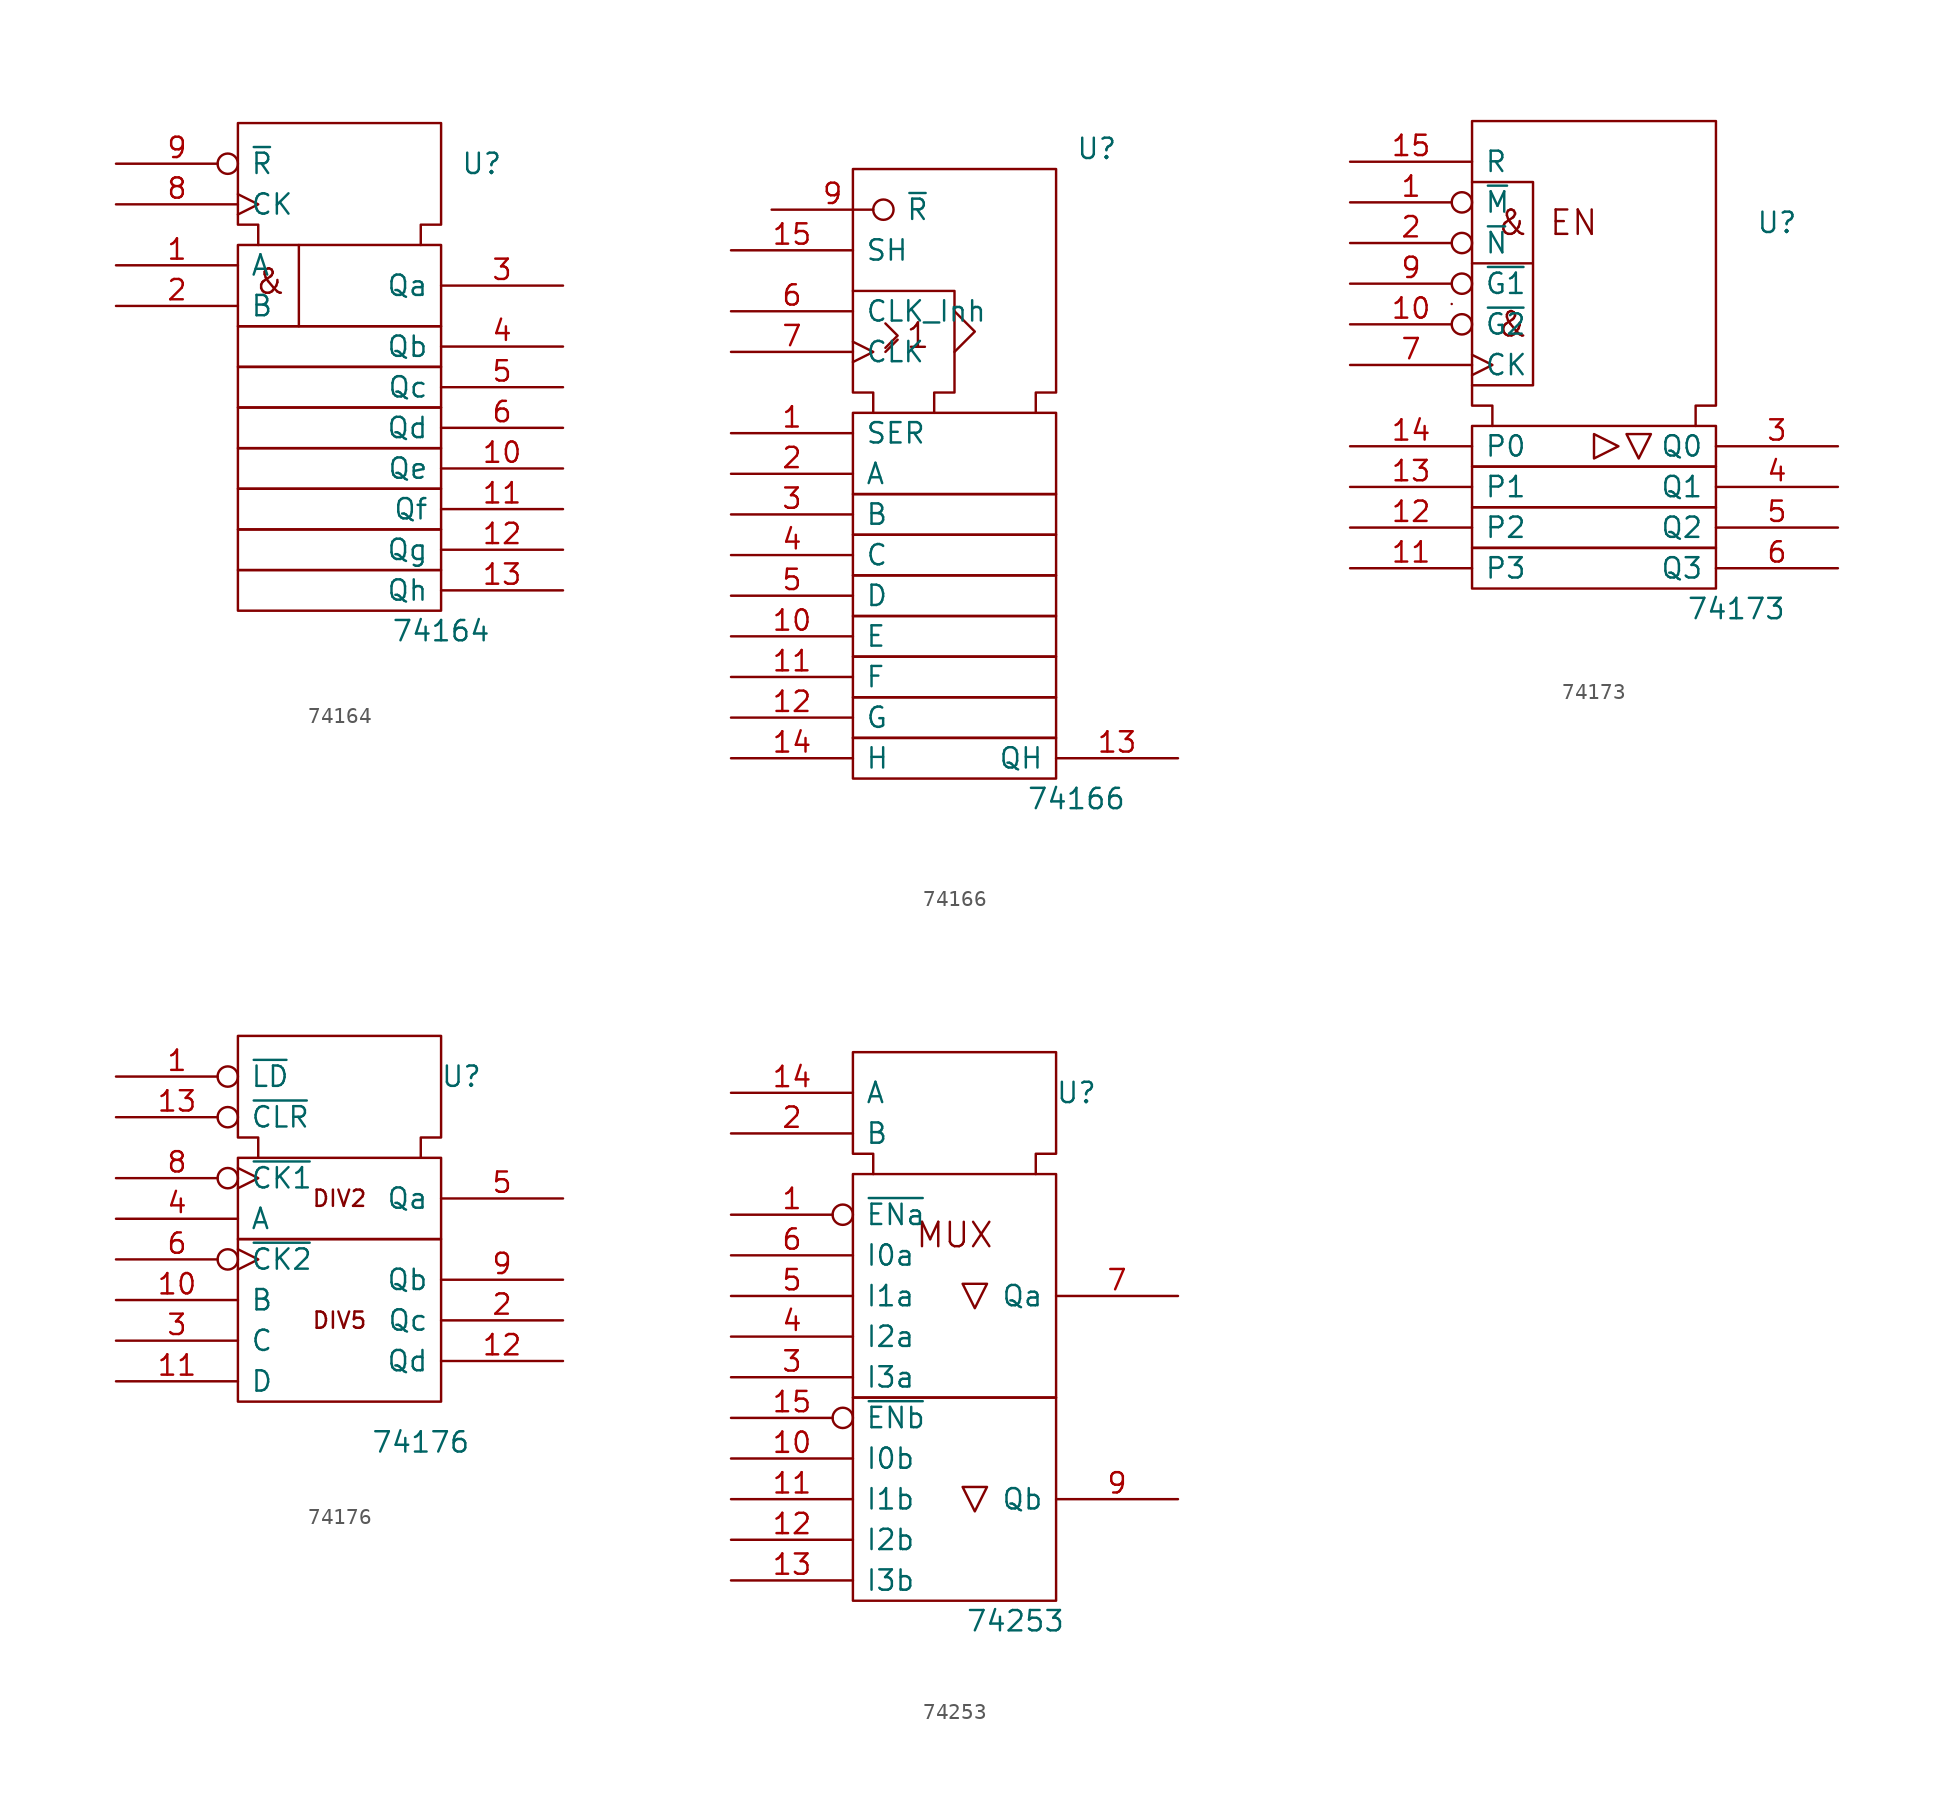
<source format=kicad_sym>
(kicad_symbol_lib
  (version 20231120)
  (generator "kicad_symbol_editor")
  (generator_version "8.0")
  (symbol "74164"
    (pin_names
      (offset 0.762))
    (property "Reference" "U"
      (at 8.89 6.35 0)
      (effects (font (size 1.27 1.27))))
    (property "Value" "74164"
      (at 6.35 -22.86 0)
      (effects (font (size 1.27 1.27))))
    (symbol "74164_0_0"
      (text "&" (at -4.318 -1.016 0) (effects (font (size 1.524 1.524)))))
    (symbol "74164_0_1"
      (rectangle (start -6.35 -19.05) (end 6.35 -21.59) (stroke (width 0) (type default)) (fill (type none)))
      (rectangle (start -6.35 -16.51) (end 6.35 -19.05) (stroke (width 0) (type default)) (fill (type none)))
      (rectangle (start -6.35 -13.97) (end 6.35 -16.51) (stroke (width 0) (type default)) (fill (type none)))
      (rectangle (start -6.35 -11.43) (end 6.35 -13.97) (stroke (width 0) (type default)) (fill (type none)))
      (rectangle (start -6.35 -8.89) (end 6.35 -11.43) (stroke (width 0) (type default)) (fill (type none)))
      (rectangle (start -6.35 -6.35) (end 6.35 -8.89) (stroke (width 0) (type default)) (fill (type none)))
      (rectangle (start -6.35 -3.81) (end 6.35 -6.35) (stroke (width 0) (type default)) (fill (type none)))
      (rectangle (start -6.35 1.27) (end 6.35 -3.81) (stroke (width 0) (type default)) (fill (type none)))
      (polyline (pts (xy -2.54 1.27) (xy -2.54 -3.81) (xy -2.54 -3.81)) (stroke (width 0) (type default)) (fill (type none)))
      (polyline (pts (xy -5.08 1.27) (xy -5.08 2.54) (xy -6.35 2.54) (xy -6.35 8.89) (xy 6.35 8.89) (xy 6.35 2.54) (xy 5.08 2.54) (xy 5.08 1.27) (xy 5.08 1.27)) (stroke (width 0) (type default)) (fill (type none))))
    (symbol "74164_1_1"
      (pin input line (at -13.97 0 0) (length 7.62) (name "A" (effects (font (size 1.27 1.27)))) (number "1" (effects (font (size 1.27 1.27)))))
      (pin output line (at 13.97 -12.7 180) (length 7.62) (name "Qe" (effects (font (size 1.27 1.27)))) (number "10" (effects (font (size 1.27 1.27)))))
      (pin output line (at 13.97 -15.24 180) (length 7.62) (name "Qf" (effects (font (size 1.27 1.27)))) (number "11" (effects (font (size 1.27 1.27)))))
      (pin output line (at 13.97 -17.78 180) (length 7.62) (name "Qg" (effects (font (size 1.27 1.27)))) (number "12" (effects (font (size 1.27 1.27)))))
      (pin output line (at 13.97 -20.32 180) (length 7.62) (name "Qh" (effects (font (size 1.27 1.27)))) (number "13" (effects (font (size 1.27 1.27)))))
      (pin power_in line (at 5.08 8.89 270) (length 0) hide (name "Vdd" (effects (font (size 1.27 1.27)))) (number "14" (effects (font (size 1.27 1.27)))))
      (pin input line (at -13.97 -2.54 0) (length 7.62) (name "B" (effects (font (size 1.27 1.27)))) (number "2" (effects (font (size 1.27 1.27)))))
      (pin output line (at 13.97 -1.27 180) (length 7.62) (name "Qa" (effects (font (size 1.27 1.27)))) (number "3" (effects (font (size 1.27 1.27)))))
      (pin output line (at 13.97 -5.08 180) (length 7.62) (name "Qb" (effects (font (size 1.27 1.27)))) (number "4" (effects (font (size 1.27 1.27)))))
      (pin output line (at 13.97 -7.62 180) (length 7.62) (name "Qc" (effects (font (size 1.27 1.27)))) (number "5" (effects (font (size 1.27 1.27)))))
      (pin output line (at 13.97 -10.16 180) (length 7.62) (name "Qd" (effects (font (size 1.27 1.27)))) (number "6" (effects (font (size 1.27 1.27)))))
      (pin power_in line (at 0 8.89 270) (length 0) hide (name "Vss" (effects (font (size 1.27 1.27)))) (number "7" (effects (font (size 1.27 1.27)))))
      (pin input clock (at -13.97 3.81 0) (length 7.62) (name "CK" (effects (font (size 1.27 1.27)))) (number "8" (effects (font (size 1.27 1.27)))))
      (pin input inverted (at -13.97 6.35 0) (length 7.62) (name "~{R}" (effects (font (size 1.27 1.27)))) (number "9" (effects (font (size 1.27 1.27)))))))
  (symbol "74166"
    (pin_names
      (offset 0.762))
    (property "Reference" "U"
      (at 8.89 17.78 0)
      (effects (font (size 1.27 1.27))))
    (property "Value" "74166"
      (at 7.62 -22.86 0)
      (effects (font (size 1.27 1.27))))
    (symbol "74166_0_0"
      (rectangle (start -6.35 -19.05) (end -6.35 -19.05) (stroke (width 0) (type default)) (fill (type none)))
      (rectangle (start -6.35 -19.05) (end 6.35 -21.59) (stroke (width 0) (type default)) (fill (type none)))
      (rectangle (start -6.35 -16.51) (end 6.35 -19.05) (stroke (width 0) (type default)) (fill (type none)))
      (rectangle (start -6.35 -13.97) (end 6.35 -16.51) (stroke (width 0) (type default)) (fill (type none)))
      (rectangle (start -6.35 -11.43) (end 6.35 -13.97) (stroke (width 0) (type default)) (fill (type none)))
      (rectangle (start -6.35 -8.89) (end 6.35 -11.43) (stroke (width 0) (type default)) (fill (type none)))
      (rectangle (start -6.35 -6.35) (end 6.35 -8.89) (stroke (width 0) (type default)) (fill (type none)))
      (rectangle (start -6.35 -3.81) (end 6.35 -6.35) (stroke (width 0) (type default)) (fill (type none)))
      (rectangle (start -6.35 1.27) (end 6.35 -3.81) (stroke (width 0) (type default)) (fill (type none)))
      (polyline (pts (xy -4.318 5.08) (xy -3.556 5.842) (xy -3.556 5.842)) (stroke (width 0) (type default)) (fill (type none)))
      (polyline (pts (xy -4.318 6.858) (xy -3.556 6.096) (xy -4.318 5.334) (xy -4.318 5.334)) (stroke (width 0) (type default)) (fill (type none)))
      (polyline (pts (xy 0 7.62) (xy 1.27 6.35) (xy 0 5.08) (xy 0 5.08)) (stroke (width 0) (type default)) (fill (type none)))
      (polyline (pts (xy -6.35 8.89) (xy 0 8.89) (xy 0 2.54) (xy -1.27 2.54) (xy -1.27 1.27) (xy -1.27 1.27)) (stroke (width 0) (type default)) (fill (type none)))
      (polyline (pts (xy -5.08 1.27) (xy -5.08 2.54) (xy -6.35 2.54) (xy -6.35 16.51) (xy 6.35 16.51) (xy 6.35 2.54) (xy 5.08 2.54) (xy 5.08 1.27) (xy 5.08 1.27)) (stroke (width 0) (type default)) (fill (type none)))
      (text "1" (at -2.286 6.096 0) (effects (font (size 1.524 1.524)))))
    (symbol "74166_0_1"
      (pin power_in line (at 1.27 16.51 270) (length 0) hide (name "GND" (effects (font (size 1.27 1.27)))) (number "8" (effects (font (size 1.27 1.27))))))
    (symbol "74166_1_1"
      (pin input line (at -13.97 0 0) (length 7.62) (name "SER" (effects (font (size 1.27 1.27)))) (number "1" (effects (font (size 1.27 1.27)))))
      (pin input line (at -13.97 -12.7 0) (length 7.62) (name "E" (effects (font (size 1.27 1.27)))) (number "10" (effects (font (size 1.27 1.27)))))
      (pin input line (at -13.97 -15.24 0) (length 7.62) (name "F" (effects (font (size 1.27 1.27)))) (number "11" (effects (font (size 1.27 1.27)))))
      (pin input line (at -13.97 -17.78 0) (length 7.62) (name "G" (effects (font (size 1.27 1.27)))) (number "12" (effects (font (size 1.27 1.27)))))
      (pin tri_state line (at 13.97 -20.32 180) (length 7.62) (name "QH" (effects (font (size 1.27 1.27)))) (number "13" (effects (font (size 1.27 1.27)))))
      (pin input line (at -13.97 -20.32 0) (length 7.62) (name "H" (effects (font (size 1.27 1.27)))) (number "14" (effects (font (size 1.27 1.27)))))
      (pin input line (at -13.97 11.43 0) (length 7.62) (name "SH" (effects (font (size 1.27 1.27)))) (number "15" (effects (font (size 1.27 1.27)))))
      (pin power_in line (at 5.08 16.51 270) (length 0) hide (name "VCC" (effects (font (size 1.27 1.27)))) (number "16" (effects (font (size 1.27 1.27)))))
      (pin input line (at -13.97 -2.54 0) (length 7.62) (name "A" (effects (font (size 1.27 1.27)))) (number "2" (effects (font (size 1.27 1.27)))))
      (pin input line (at -13.97 -5.08 0) (length 7.62) (name "B" (effects (font (size 1.27 1.27)))) (number "3" (effects (font (size 1.27 1.27)))))
      (pin input line (at -13.97 -7.62 0) (length 7.62) (name "C" (effects (font (size 1.27 1.27)))) (number "4" (effects (font (size 1.27 1.27)))))
      (pin input line (at -13.97 -10.16 0) (length 7.62) (name "D" (effects (font (size 1.27 1.27)))) (number "5" (effects (font (size 1.27 1.27)))))
      (pin input line (at -13.97 7.62 0) (length 7.62) (name "CLK_Inh" (effects (font (size 1.27 1.27)))) (number "6" (effects (font (size 1.27 1.27)))))
      (pin input clock (at -13.97 5.08 0) (length 7.62) (name "CLK" (effects (font (size 1.27 1.27)))) (number "7" (effects (font (size 1.27 1.27)))))
      (pin input inverted (at -11.43 13.97 0) (length 7.62) (name "~{R}" (effects (font (size 1.27 1.27)))) (number "9" (effects (font (size 1.27 1.27)))))))
  (symbol "74173"
    (pin_names
      (offset 0.762))
    (property "Reference" "U"
      (at 11.43 7.62 0)
      (effects (font (size 1.27 1.27))))
    (property "Value" "74173"
      (at 8.89 -16.51 0)
      (effects (font (size 1.27 1.27))))
    (symbol "74173_0_0"
      (polyline (pts (xy -8.89 2.54) (xy -8.89 2.54)) (stroke (width 0) (type default)) (fill (type none)))
      (polyline (pts (xy 0 -5.588) (xy 0 -7.112) (xy 1.524 -6.35) (xy 0 -5.588) (xy 0 -5.588)) (stroke (width 0) (type default)) (fill (type none)))
      (polyline (pts (xy 3.556 -5.588) (xy 2.032 -5.588) (xy 2.794 -7.112) (xy 3.556 -5.588) (xy 3.556 -5.588)) (stroke (width 0) (type default)) (fill (type none)))
      (polyline (pts (xy -7.62 10.16) (xy -3.81 10.16) (xy -3.81 5.08) (xy -7.62 5.08) (xy -3.81 5.08) (xy -3.81 -2.54) (xy -7.62 -2.54) (xy -7.62 -2.54)) (stroke (width 0) (type default)) (fill (type none)))
      (text "&" (at -5.08 1.27 0) (effects (font (size 1.524 1.524))))
      (text "&" (at -5.08 7.62 0) (effects (font (size 1.524 1.524))))
      (text "EN" (at -1.27 7.62 0) (effects (font (size 1.524 1.524))))
      (pin power_in line (at 5.08 13.97 270) (length 0) hide (name "VCC" (effects (font (size 1.27 1.27)))) (number "16" (effects (font (size 1.27 1.27)))))
      (pin power_in line (at 0 13.97 270) (length 0) hide (name "GND" (effects (font (size 1.27 1.27)))) (number "8" (effects (font (size 1.27 1.27))))))
    (symbol "74173_0_1"
      (rectangle (start -7.62 -12.7) (end 7.62 -15.24) (stroke (width 0) (type default)) (fill (type none)))
      (rectangle (start -7.62 -10.16) (end 7.62 -12.7) (stroke (width 0) (type default)) (fill (type none)))
      (rectangle (start -7.62 -7.62) (end 7.62 -10.16) (stroke (width 0) (type default)) (fill (type none)))
      (rectangle (start -7.62 -5.08) (end 7.62 -7.62) (stroke (width 0) (type default)) (fill (type none)))
      (polyline (pts (xy -6.35 -5.08) (xy -6.35 -3.81) (xy -7.62 -3.81) (xy -7.62 13.97) (xy 7.62 13.97) (xy 7.62 -3.81) (xy 6.35 -3.81) (xy 6.35 -5.08) (xy 6.35 -5.08)) (stroke (width 0) (type default)) (fill (type none))))
    (symbol "74173_1_1"
      (pin input inverted (at -15.24 8.89 0) (length 7.62) (name "~{M}" (effects (font (size 1.27 1.27)))) (number "1" (effects (font (size 1.27 1.27)))))
      (pin input inverted (at -15.24 1.27 0) (length 7.62) (name "~{G2}" (effects (font (size 1.27 1.27)))) (number "10" (effects (font (size 1.27 1.27)))))
      (pin input line (at -15.24 -13.97 0) (length 7.62) (name "P3" (effects (font (size 1.27 1.27)))) (number "11" (effects (font (size 1.27 1.27)))))
      (pin input line (at -15.24 -11.43 0) (length 7.62) (name "P2" (effects (font (size 1.27 1.27)))) (number "12" (effects (font (size 1.27 1.27)))))
      (pin input line (at -15.24 -8.89 0) (length 7.62) (name "P1" (effects (font (size 1.27 1.27)))) (number "13" (effects (font (size 1.27 1.27)))))
      (pin input line (at -15.24 -6.35 0) (length 7.62) (name "P0" (effects (font (size 1.27 1.27)))) (number "14" (effects (font (size 1.27 1.27)))))
      (pin input line (at -15.24 11.43 0) (length 7.62) (name "R" (effects (font (size 1.27 1.27)))) (number "15" (effects (font (size 1.27 1.27)))))
      (pin input inverted (at -15.24 6.35 0) (length 7.62) (name "~{N}" (effects (font (size 1.27 1.27)))) (number "2" (effects (font (size 1.27 1.27)))))
      (pin output line (at 15.24 -6.35 180) (length 7.62) (name "Q0" (effects (font (size 1.27 1.27)))) (number "3" (effects (font (size 1.27 1.27)))))
      (pin output line (at 15.24 -8.89 180) (length 7.62) (name "Q1" (effects (font (size 1.27 1.27)))) (number "4" (effects (font (size 1.27 1.27)))))
      (pin output line (at 15.24 -11.43 180) (length 7.62) (name "Q2" (effects (font (size 1.27 1.27)))) (number "5" (effects (font (size 1.27 1.27)))))
      (pin output line (at 15.24 -13.97 180) (length 7.62) (name "Q3" (effects (font (size 1.27 1.27)))) (number "6" (effects (font (size 1.27 1.27)))))
      (pin input clock (at -15.24 -1.27 0) (length 7.62) (name "CK" (effects (font (size 1.27 1.27)))) (number "7" (effects (font (size 1.27 1.27)))))
      (pin input inverted (at -15.24 3.81 0) (length 7.62) (name "~{G1}" (effects (font (size 1.27 1.27)))) (number "9" (effects (font (size 1.27 1.27)))))))
  (symbol "74176"
    (pin_names
      (offset 0.762))
    (property "Reference" "U"
      (at 7.62 6.35 0)
      (effects (font (size 1.27 1.27))))
    (property "Value" "74176"
      (at 5.08 -16.51 0)
      (effects (font (size 1.27 1.27))))
    (symbol "74176_0_0"
      (polyline (pts (xy -5.08 1.27) (xy -5.08 2.54) (xy -6.35 2.54) (xy -6.35 8.89) (xy 6.35 8.89) (xy 6.35 2.54) (xy 5.08 2.54) (xy 5.08 1.27) (xy 5.08 1.27)) (stroke (width 0) (type default)) (fill (type none)))
      (text "DIV2" (at 0 -1.27 0) (effects (font (size 1.016 1.016))))
      (text "DIV5" (at 0 -8.89 0) (effects (font (size 1.016 1.016)))))
    (symbol "74176_0_1"
      (rectangle (start -6.35 -3.81) (end 6.35 -13.97) (stroke (width 0) (type default)) (fill (type none)))
      (rectangle (start -6.35 1.27) (end 6.35 -3.81) (stroke (width 0) (type default)) (fill (type none)))
      (pin power_in line (at 3.81 8.89 270) (length 0) hide (name "Vcc" (effects (font (size 1.27 1.27)))) (number "14" (effects (font (size 1.27 1.27)))))
      (pin power_in line (at 0 8.89 270) (length 0) hide (name "Gnd" (effects (font (size 1.27 1.27)))) (number "7" (effects (font (size 1.27 1.27))))))
    (symbol "74176_1_1"
      (pin input inverted (at -13.97 6.35 0) (length 7.62) (name "~{LD}" (effects (font (size 1.27 1.27)))) (number "1" (effects (font (size 1.27 1.27)))))
      (pin input line (at -13.97 -7.62 0) (length 7.62) (name "B" (effects (font (size 1.27 1.27)))) (number "10" (effects (font (size 1.27 1.27)))))
      (pin input line (at -13.97 -12.7 0) (length 7.62) (name "D" (effects (font (size 1.27 1.27)))) (number "11" (effects (font (size 1.27 1.27)))))
      (pin output line (at 13.97 -11.43 180) (length 7.62) (name "Qd" (effects (font (size 1.27 1.27)))) (number "12" (effects (font (size 1.27 1.27)))))
      (pin input inverted (at -13.97 3.81 0) (length 7.62) (name "~{CLR}" (effects (font (size 1.27 1.27)))) (number "13" (effects (font (size 1.27 1.27)))))
      (pin output line (at 13.97 -8.89 180) (length 7.62) (name "Qc" (effects (font (size 1.27 1.27)))) (number "2" (effects (font (size 1.27 1.27)))))
      (pin input line (at -13.97 -10.16 0) (length 7.62) (name "C" (effects (font (size 1.27 1.27)))) (number "3" (effects (font (size 1.27 1.27)))))
      (pin input line (at -13.97 -2.54 0) (length 7.62) (name "A" (effects (font (size 1.27 1.27)))) (number "4" (effects (font (size 1.27 1.27)))))
      (pin output line (at 13.97 -1.27 180) (length 7.62) (name "Qa" (effects (font (size 1.27 1.27)))) (number "5" (effects (font (size 1.27 1.27)))))
      (pin input inverted_clock (at -13.97 -5.08 0) (length 7.62) (name "~{CK2}" (effects (font (size 1.27 1.27)))) (number "6" (effects (font (size 1.27 1.27)))))
      (pin input inverted_clock (at -13.97 0 0) (length 7.62) (name "~{CK1}" (effects (font (size 1.27 1.27)))) (number "8" (effects (font (size 1.27 1.27)))))
      (pin output line (at 13.97 -6.35 180) (length 7.62) (name "Qb" (effects (font (size 1.27 1.27)))) (number "9" (effects (font (size 1.27 1.27)))))))
  (symbol "74253"
    (pin_names
      (offset 0.762))
    (property "Reference" "U"
      (at 7.62 16.51 0)
      (effects (font (size 1.27 1.27))))
    (property "Value" "74253"
      (at 3.81 -16.51 0)
      (effects (font (size 1.27 1.27))))
    (symbol "74253_0_0"
      (rectangle (start -6.35 -2.54) (end 6.35 -15.24) (stroke (width 0) (type default)) (fill (type none)))
      (rectangle (start -6.35 11.43) (end 6.35 -2.54) (stroke (width 0) (type default)) (fill (type none)))
      (polyline (pts (xy 2.032 -8.128) (xy 0.508 -8.128) (xy 1.27 -9.652) (xy 2.032 -8.128) (xy 2.032 -8.128)) (stroke (width 0) (type default)) (fill (type none)))
      (polyline (pts (xy 2.032 4.572) (xy 0.508 4.572) (xy 1.27 3.048) (xy 2.032 4.572) (xy 2.032 4.572)) (stroke (width 0) (type default)) (fill (type none)))
      (polyline (pts (xy -5.08 11.43) (xy -5.08 12.7) (xy -6.35 12.7) (xy -6.35 19.05) (xy 6.35 19.05) (xy 6.35 12.7) (xy 5.08 12.7) (xy 5.08 11.43) (xy 5.08 11.43)) (stroke (width 0) (type default)) (fill (type none)))
      (text "MUX" (at 0 7.62 0) (effects (font (size 1.524 1.524))))
      (pin power_in line (at 3.81 19.05 270) (length 0) hide (name "VCC" (effects (font (size 1.27 1.27)))) (number "16" (effects (font (size 1.27 1.27)))))
      (pin power_in line (at 0 19.05 270) (length 0) hide (name "GND" (effects (font (size 1.27 1.27)))) (number "8" (effects (font (size 1.27 1.27))))))
    (symbol "74253_1_1"
      (pin input inverted (at -13.97 8.89 0) (length 7.62) (name "~{ENa}" (effects (font (size 1.27 1.27)))) (number "1" (effects (font (size 1.27 1.27)))))
      (pin input line (at -13.97 -6.35 0) (length 7.62) (name "I0b" (effects (font (size 1.27 1.27)))) (number "10" (effects (font (size 1.27 1.27)))))
      (pin input line (at -13.97 -8.89 0) (length 7.62) (name "I1b" (effects (font (size 1.27 1.27)))) (number "11" (effects (font (size 1.27 1.27)))))
      (pin input line (at -13.97 -11.43 0) (length 7.62) (name "I2b" (effects (font (size 1.27 1.27)))) (number "12" (effects (font (size 1.27 1.27)))))
      (pin input line (at -13.97 -13.97 0) (length 7.62) (name "I3b" (effects (font (size 1.27 1.27)))) (number "13" (effects (font (size 1.27 1.27)))))
      (pin input line (at -13.97 16.51 0) (length 7.62) (name "A" (effects (font (size 1.27 1.27)))) (number "14" (effects (font (size 1.27 1.27)))))
      (pin input inverted (at -13.97 -3.81 0) (length 7.62) (name "~{ENb}" (effects (font (size 1.27 1.27)))) (number "15" (effects (font (size 1.27 1.27)))))
      (pin input line (at -13.97 13.97 0) (length 7.62) (name "B" (effects (font (size 1.27 1.27)))) (number "2" (effects (font (size 1.27 1.27)))))
      (pin input line (at -13.97 -1.27 0) (length 7.62) (name "I3a" (effects (font (size 1.27 1.27)))) (number "3" (effects (font (size 1.27 1.27)))))
      (pin input line (at -13.97 1.27 0) (length 7.62) (name "I2a" (effects (font (size 1.27 1.27)))) (number "4" (effects (font (size 1.27 1.27)))))
      (pin input line (at -13.97 3.81 0) (length 7.62) (name "I1a" (effects (font (size 1.27 1.27)))) (number "5" (effects (font (size 1.27 1.27)))))
      (pin input line (at -13.97 6.35 0) (length 7.62) (name "I0a" (effects (font (size 1.27 1.27)))) (number "6" (effects (font (size 1.27 1.27)))))
      (pin tri_state line (at 13.97 3.81 180) (length 7.62) (name "Qa" (effects (font (size 1.27 1.27)))) (number "7" (effects (font (size 1.27 1.27)))))
      (pin tri_state line (at 13.97 -8.89 180) (length 7.62) (name "Qb" (effects (font (size 1.27 1.27)))) (number "9" (effects (font (size 1.27 1.27))))))))
</source>
